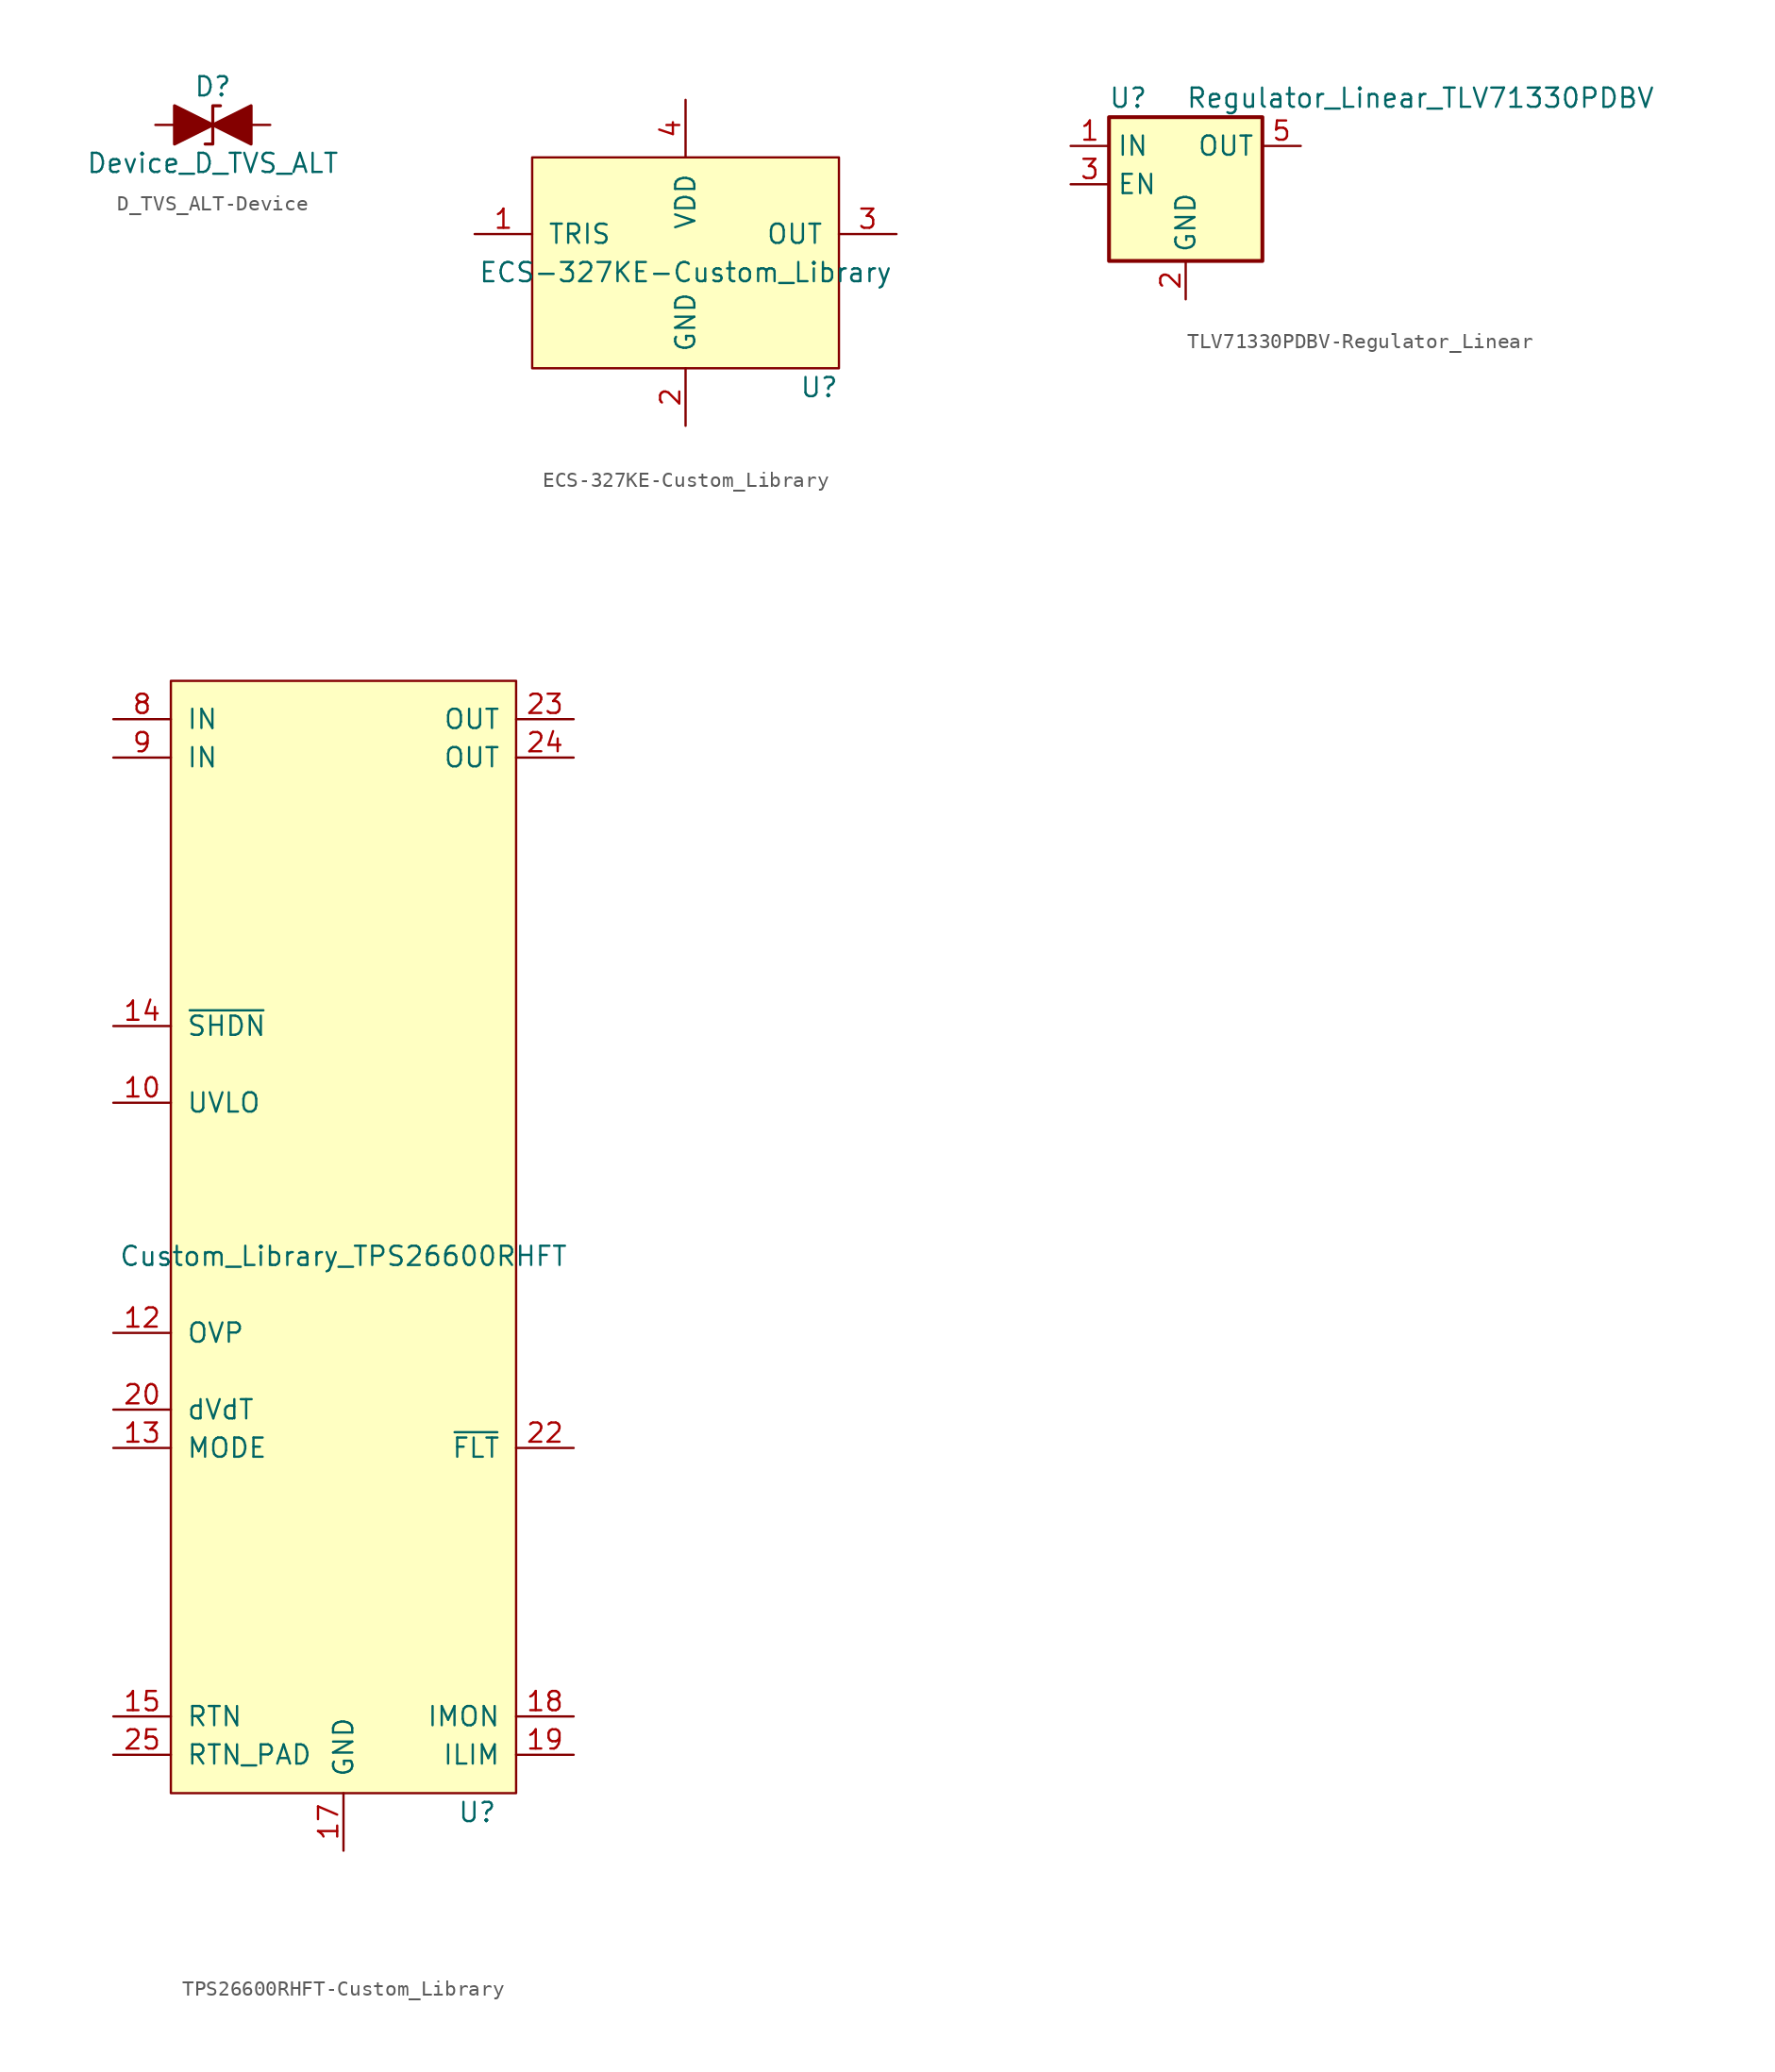
<source format=kicad_sym>
(kicad_symbol_lib
  (version 20220914)
  (generator kicad_symbol_editor)
  (symbol "D_TVS_ALT-Device"
    (pin_numbers hide)
    (pin_names
      (offset 1.016) hide)
    (property "Reference" "D"
      (at 0 2.54 0)
      (effects (font (size 1.27 1.27))))
    (property "Value" "Device_D_TVS_ALT"
      (at 0 -2.54 0)
      (effects (font (size 1.27 1.27))))
    (symbol "D_TVS_ALT-Device_0_1"
      (polyline (pts (xy 1.27 0) (xy -1.27 0)) (stroke (width 0) (type solid)) (fill (type none)))
      (polyline (pts (xy -2.54 -1.27) (xy 0 0) (xy -2.54 1.27) (xy -2.54 -1.27)) (stroke (width 0.203) (type solid)) (fill (type outline)))
      (polyline (pts (xy 0.508 1.27) (xy 0 1.27) (xy 0 -1.27) (xy -0.508 -1.27)) (stroke (width 0.203) (type solid)) (fill (type none)))
      (polyline (pts (xy 2.54 1.27) (xy 2.54 -1.27) (xy 0 0) (xy 2.54 1.27)) (stroke (width 0.203) (type solid)) (fill (type outline))))
    (symbol "D_TVS_ALT-Device_1_1"
      (pin passive line (at -3.81 0 0) (length 2.54) (name "A1" (effects (font (size 1.27 1.27)))) (number "1" (effects (font (size 1.27 1.27)))))
      (pin passive line (at 3.81 0 180) (length 2.54) (name "A2" (effects (font (size 1.27 1.27)))) (number "2" (effects (font (size 1.27 1.27)))))))
  (symbol "ECS-327KE-Custom_Library"
    (pin_names
      (offset 1.016))
    (property "Reference" "U"
      (at 10.16 -15.24 0)
      (effects (font (size 1.27 1.27)) (justify right)))
    (property "Value" "ECS-327KE-Custom_Library"
      (at 0 -7.62 0)
      (effects (font (size 1.27 1.27))))
    (symbol "ECS-327KE-Custom_Library_0_1"
      (rectangle (start -10.16 0) (end 10.16 -13.97) (stroke (width 0) (type solid)) (fill (type background))))
    (symbol "ECS-327KE-Custom_Library_1_1"
      (pin input line (at -13.97 -5.08 0) (length 3.81) (name "TRIS" (effects (font (size 1.27 1.27)))) (number "1" (effects (font (size 1.27 1.27)))))
      (pin power_in line (at 0 -17.78 90) (length 3.81) (name "GND" (effects (font (size 1.27 1.27)))) (number "2" (effects (font (size 1.27 1.27)))))
      (pin output line (at 13.97 -5.08 180) (length 3.81) (name "OUT" (effects (font (size 1.27 1.27)))) (number "3" (effects (font (size 1.27 1.27)))))
      (pin power_in line (at 0 3.81 270) (length 3.81) (name "VDD" (effects (font (size 1.27 1.27)))) (number "4" (effects (font (size 1.27 1.27)))))))
  (symbol "TLV71330PDBV-Regulator_Linear"
    (property "Reference" "U"
      (at -3.81 5.715 0)
      (effects (font (size 1.27 1.27))))
    (property "Value" "Regulator_Linear_TLV71330PDBV"
      (at 0 5.715 0)
      (effects (font (size 1.27 1.27)) (justify left)))
    (symbol "TLV71330PDBV-Regulator_Linear_0_1"
      (rectangle (start -5.08 4.445) (end 5.08 -5.08) (stroke (width 0.254) (type solid)) (fill (type background))))
    (symbol "TLV71330PDBV-Regulator_Linear_1_1"
      (pin power_in line (at -7.62 2.54 0) (length 2.54) (name "IN" (effects (font (size 1.27 1.27)))) (number "1" (effects (font (size 1.27 1.27)))))
      (pin power_in line (at 0 -7.62 90) (length 2.54) (name "GND" (effects (font (size 1.27 1.27)))) (number "2" (effects (font (size 1.27 1.27)))))
      (pin input line (at -7.62 0 0) (length 2.54) (name "EN" (effects (font (size 1.27 1.27)))) (number "3" (effects (font (size 1.27 1.27)))))
      (pin no_connect line (at 7.62 0 180) (length 2.54) hide (name "NC" (effects (font (size 1.27 1.27)))) (number "4" (effects (font (size 1.27 1.27)))))
      (pin power_out line (at 7.62 2.54 180) (length 2.54) (name "OUT" (effects (font (size 1.27 1.27)))) (number "5" (effects (font (size 1.27 1.27)))))))
  (symbol "TPS26600RHFT-Custom_Library"
    (pin_names
      (offset 1.016))
    (property "Reference" "U"
      (at 10.16 -36.83 0)
      (effects (font (size 1.27 1.27)) (justify right)))
    (property "Value" "Custom_Library_TPS26600RHFT"
      (at 0 0 0)
      (effects (font (size 1.27 1.27))))
    (symbol "TPS26600RHFT-Custom_Library_0_1"
      (rectangle (start -11.43 38.1) (end 11.43 -35.56) (stroke (width 0) (type solid)) (fill (type background))))
    (symbol "TPS26600RHFT-Custom_Library_1_1"
      (pin no_connect line (at 15.24 -16.51 180) (length 3.81) hide (name "NC" (effects (font (size 1.27 1.27)))) (number "1" (effects (font (size 1.27 1.27)))))
      (pin passive line (at -15.24 10.16 0) (length 3.81) (name "UVLO" (effects (font (size 1.27 1.27)))) (number "10" (effects (font (size 1.27 1.27)))))
      (pin no_connect line (at 15.24 -25.4 180) (length 3.81) hide (name "NC" (effects (font (size 1.27 1.27)))) (number "11" (effects (font (size 1.27 1.27)))))
      (pin no_connect line (at 15.24 -27.94 180) (length 3.81) hide (name "NC" (effects (font (size 1.27 1.27)))) (number "12" (effects (font (size 1.27 1.27)))))
      (pin passive line (at -15.24 -5.08 0) (length 3.81) (name "OVP" (effects (font (size 1.27 1.27)))) (number "12" (effects (font (size 1.27 1.27)))))
      (pin passive line (at -15.24 -12.7 0) (length 3.81) (name "MODE" (effects (font (size 1.27 1.27)))) (number "13" (effects (font (size 1.27 1.27)))))
      (pin input line (at -15.24 15.24 0) (length 3.81) (name "~{SHDN}" (effects (font (size 1.27 1.27)))) (number "14" (effects (font (size 1.27 1.27)))))
      (pin passive line (at -15.24 -30.48 0) (length 3.81) (name "RTN" (effects (font (size 1.27 1.27)))) (number "15" (effects (font (size 1.27 1.27)))))
      (pin no_connect line (at 15.24 -26.67 180) (length 3.81) hide (name "NC" (effects (font (size 1.27 1.27)))) (number "16" (effects (font (size 1.27 1.27)))))
      (pin power_in line (at 0 -39.37 90) (length 3.81) (name "GND" (effects (font (size 1.27 1.27)))) (number "17" (effects (font (size 1.27 1.27)))))
      (pin passive line (at 15.24 -30.48 180) (length 3.81) (name "IMON" (effects (font (size 1.27 1.27)))) (number "18" (effects (font (size 1.27 1.27)))))
      (pin passive line (at 15.24 -33.02 180) (length 3.81) (name "ILIM" (effects (font (size 1.27 1.27)))) (number "19" (effects (font (size 1.27 1.27)))))
      (pin no_connect line (at 15.24 -17.78 180) (length 3.81) hide (name "NC" (effects (font (size 1.27 1.27)))) (number "2" (effects (font (size 1.27 1.27)))))
      (pin passive line (at -15.24 -10.16 0) (length 3.81) (name "dVdT" (effects (font (size 1.27 1.27)))) (number "20" (effects (font (size 1.27 1.27)))))
      (pin open_collector line (at 15.24 -12.7 180) (length 3.81) (name "~{FLT}" (effects (font (size 1.27 1.27)))) (number "22" (effects (font (size 1.27 1.27)))))
      (pin power_out line (at 15.24 35.56 180) (length 3.81) (name "OUT" (effects (font (size 1.27 1.27)))) (number "23" (effects (font (size 1.27 1.27)))))
      (pin power_out line (at 15.24 33.02 180) (length 3.81) (name "OUT" (effects (font (size 1.27 1.27)))) (number "24" (effects (font (size 1.27 1.27)))))
      (pin passive line (at -15.24 -33.02 0) (length 3.81) (name "RTN_PAD" (effects (font (size 1.27 1.27)))) (number "25" (effects (font (size 1.27 1.27)))))
      (pin no_connect line (at 15.24 -19.05 180) (length 3.81) hide (name "NC" (effects (font (size 1.27 1.27)))) (number "3" (effects (font (size 1.27 1.27)))))
      (pin no_connect line (at 15.24 -21.59 180) (length 3.81) hide (name "NC" (effects (font (size 1.27 1.27)))) (number "4" (effects (font (size 1.27 1.27)))))
      (pin no_connect line (at 15.24 -20.32 180) (length 3.81) hide (name "NC" (effects (font (size 1.27 1.27)))) (number "5" (effects (font (size 1.27 1.27)))))
      (pin no_connect line (at 15.24 -22.86 180) (length 3.81) hide (name "NC" (effects (font (size 1.27 1.27)))) (number "6" (effects (font (size 1.27 1.27)))))
      (pin no_connect line (at 15.24 -24.13 180) (length 3.81) hide (name "NC" (effects (font (size 1.27 1.27)))) (number "7" (effects (font (size 1.27 1.27)))))
      (pin power_in line (at -15.24 35.56 0) (length 3.81) (name "IN" (effects (font (size 1.27 1.27)))) (number "8" (effects (font (size 1.27 1.27)))))
      (pin power_in line (at -15.24 33.02 0) (length 3.81) (name "IN" (effects (font (size 1.27 1.27)))) (number "9" (effects (font (size 1.27 1.27))))))))
</source>
